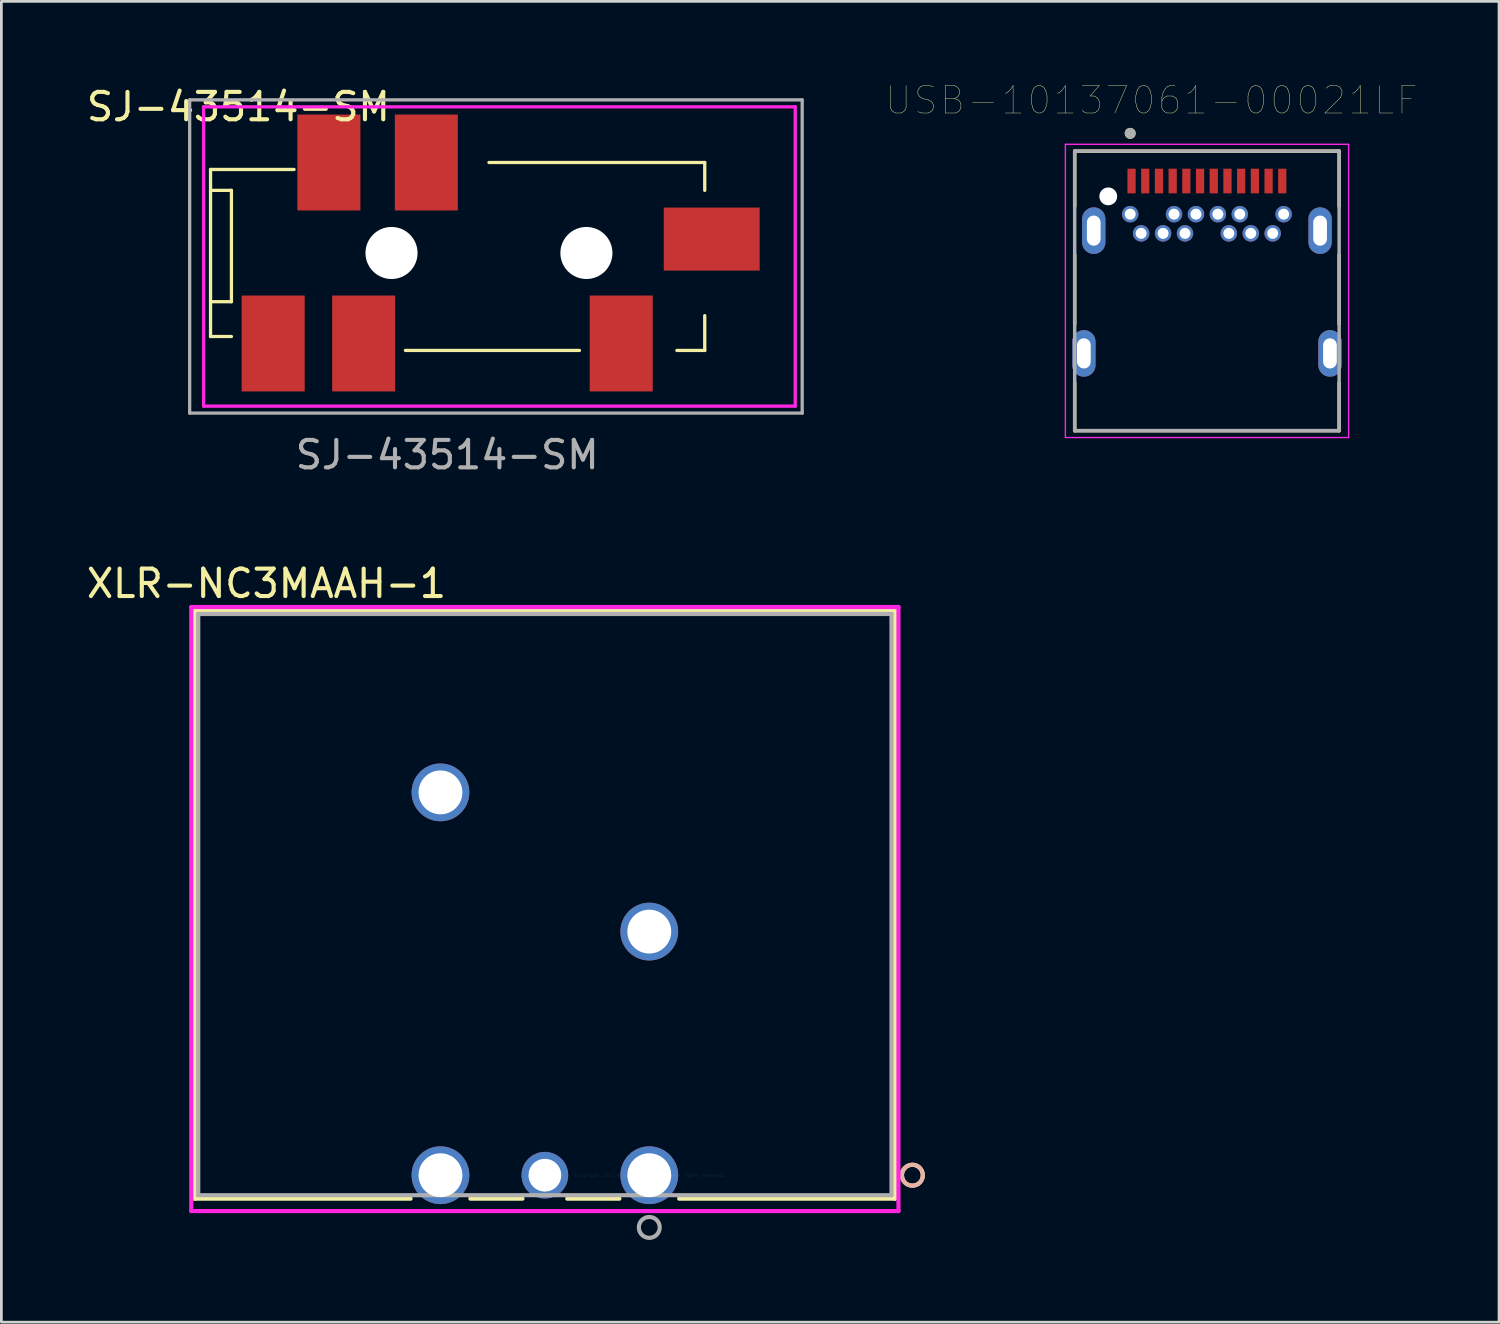
<source format=kicad_pcb>
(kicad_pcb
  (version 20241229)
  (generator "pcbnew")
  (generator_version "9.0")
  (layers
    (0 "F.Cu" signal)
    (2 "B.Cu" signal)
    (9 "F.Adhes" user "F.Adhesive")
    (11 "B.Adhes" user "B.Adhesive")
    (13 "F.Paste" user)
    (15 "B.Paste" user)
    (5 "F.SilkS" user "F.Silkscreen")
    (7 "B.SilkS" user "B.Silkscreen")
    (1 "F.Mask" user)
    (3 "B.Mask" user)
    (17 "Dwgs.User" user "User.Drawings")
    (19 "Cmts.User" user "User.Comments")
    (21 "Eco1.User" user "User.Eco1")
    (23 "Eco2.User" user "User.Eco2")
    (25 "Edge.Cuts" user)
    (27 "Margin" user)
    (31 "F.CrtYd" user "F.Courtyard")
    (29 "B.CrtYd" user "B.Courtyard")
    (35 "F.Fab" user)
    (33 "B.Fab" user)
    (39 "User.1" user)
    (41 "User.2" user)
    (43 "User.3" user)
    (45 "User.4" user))
  (footprint "XLR-NC3MAAH-1"
    (layer "F.Cu")
    (at 20.643 39.835)
    (property "Reference" "XLR-NC3MAAH-1" (at -13.97 -21.59 0) (layer "F.SilkS") (effects (font (size 1 1) (thickness 0.15))))
    (attr through_hole)
    (fp_line (start -16.586 -20.607) (end -16.586 0.856) (stroke (width 0.152) (type solid)) (layer "F.SilkS"))
    (fp_line (start -16.586 0.856) (end -8.711 0.856) (stroke (width 0.152) (type solid)) (layer "F.SilkS"))
    (fp_line (start -6.529 0.856) (end -4.627 0.856) (stroke (width 0.152) (type solid)) (layer "F.SilkS"))
    (fp_line (start -2.993 0.856) (end -1.091 0.856) (stroke (width 0.152) (type solid)) (layer "F.SilkS"))
    (fp_line (start 1.091 0.856) (end 8.966 0.856) (stroke (width 0.152) (type solid)) (layer "F.SilkS"))
    (fp_line (start 8.966 -20.607) (end -16.586 -20.607) (stroke (width 0.152) (type solid)) (layer "F.SilkS"))
    (fp_line (start 8.966 0.856) (end 8.966 -20.607) (stroke (width 0.152) (type solid)) (layer "F.SilkS"))
    (fp_circle (center 9.601 0) (end 9.982 0) (stroke (width 0.152) (type solid)) (fill no) (layer "F.SilkS"))
    (fp_circle (center 9.601 0) (end 9.982 0) (stroke (width 0.152) (type solid)) (fill no) (layer "B.SilkS"))
    (fp_line (start -16.713 -20.734) (end -16.713 1.308) (stroke (width 0.152) (type solid)) (layer "F.CrtYd"))
    (fp_line (start -16.713 1.308) (end 9.093 1.308) (stroke (width 0.152) (type solid)) (layer "F.CrtYd"))
    (fp_line (start 9.093 -20.734) (end -16.713 -20.734) (stroke (width 0.152) (type solid)) (layer "F.CrtYd"))
    (fp_line (start 9.093 1.308) (end 9.093 -20.734) (stroke (width 0.152) (type solid)) (layer "F.CrtYd"))
    (fp_line (start -16.459 -20.48) (end -16.459 0.729) (stroke (width 0.152) (type solid)) (layer "F.Fab"))
    (fp_line (start -16.459 0.729) (end 8.839 0.729) (stroke (width 0.152) (type solid)) (layer "F.Fab"))
    (fp_line (start 8.839 -20.48) (end -16.459 -20.48) (stroke (width 0.152) (type solid)) (layer "F.Fab"))
    (fp_line (start 8.839 0.729) (end 8.839 -20.48) (stroke (width 0.152) (type solid)) (layer "F.Fab"))
    (fp_circle (center 0 1.905) (end 0.381 1.905) (stroke (width 0.152) (type solid)) (fill no) (layer "F.Fab"))
    (fp_text user "*" (at 0 0 0) (layer "F.SilkS") (effects (font (size 1 1) (thickness 0.15))))
    (fp_text user "Copyright 2016 Accelerated Designs. All rights reserved." (at 0 0 0) (layer "Cmts.User") (effects (font (size 0.127 0.127) (thickness 0.002))))
    (fp_text user "*" (at 0 0 0) (layer "F.Fab") (effects (font (size 1 1) (thickness 0.15))))
    (pad "1" thru_hole circle (at 0 0) (size 2.108 2.108) (drill 1.6) (layers "*.Cu" "*.Mask"))
    (pad "2" thru_hole circle (at -7.62 0) (size 2.108 2.108) (drill 1.6) (layers "*.Cu" "*.Mask"))
    (pad "3" thru_hole circle (at -3.81 0) (size 1.702 1.702) (drill 1.194) (layers "*.Cu" "*.Mask"))
    (pad "4" thru_hole circle (at -7.62 -13.97) (size 2.108 2.108) (drill 1.6) (layers "*.Cu" "*.Mask"))
    (pad "5" thru_hole circle (at 0 -8.89) (size 2.108 2.108) (drill 1.6) (layers "*.Cu" "*.Mask")))
  (footprint "USB-10137061-00021LF"
    (layer "F.Cu")
    (at 37.392 4.116)
    (property "Reference" "USB-10137061-00021LF" (at 1.575 -3.505 0) (layer "F.SilkS") (effects (font (size 1 1) (thickness 0.015))))
    (attr through_hole)
    (fp_line (start -1.225 -1.65) (end 8.425 -1.65) (stroke (width 0.127) (type solid)) (layer "F.SilkS"))
    (fp_line (start -1.225 0.37) (end -1.225 -1.65) (stroke (width 0.127) (type solid)) (layer "F.SilkS"))
    (fp_line (start -1.225 4.66) (end -1.225 2.13) (stroke (width 0.127) (type solid)) (layer "F.SilkS"))
    (fp_line (start -1.225 8.55) (end -1.225 6.8) (stroke (width 0.127) (type solid)) (layer "F.SilkS"))
    (fp_line (start 8.425 -1.65) (end 8.425 0.37) (stroke (width 0.127) (type solid)) (layer "F.SilkS"))
    (fp_line (start 8.425 2.13) (end 8.425 4.66) (stroke (width 0.127) (type solid)) (layer "F.SilkS"))
    (fp_line (start 8.425 6.8) (end 8.425 8.55) (stroke (width 0.127) (type solid)) (layer "F.SilkS"))
    (fp_line (start 8.425 8.55) (end -1.225 8.55) (stroke (width 0.127) (type solid)) (layer "F.SilkS"))
    (fp_circle (center 0.8 -2.3) (end 0.9 -2.3) (stroke (width 0.2) (type solid)) (fill no) (layer "F.SilkS"))
    (fp_line (start 7.35 -0.325) (end 7.05 -0.325) (stroke (width 0.0001) (type solid)) (layer "Edge.Cuts"))
    (fp_line (start 7.35 0.325) (end 7.05 0.325) (stroke (width 0.0001) (type solid)) (layer "Edge.Cuts"))
    (fp_arc (start 7.05 0.325) (mid 6.725 0) (end 7.05 -0.325) (stroke (width 0.0001) (type solid)) (layer "Edge.Cuts"))
    (fp_arc (start 7.35 -0.325) (mid 7.675 0) (end 7.35 0.325) (stroke (width 0.0001) (type solid)) (layer "Edge.Cuts"))
    (fp_line (start -1.565 -1.9) (end 8.77 -1.9) (stroke (width 0.05) (type solid)) (layer "F.CrtYd"))
    (fp_line (start -1.565 8.8) (end -1.565 -1.9) (stroke (width 0.05) (type solid)) (layer "F.CrtYd"))
    (fp_line (start 8.77 -1.9) (end 8.77 8.8) (stroke (width 0.05) (type solid)) (layer "F.CrtYd"))
    (fp_line (start 8.77 8.8) (end -1.565 8.8) (stroke (width 0.05) (type solid)) (layer "F.CrtYd"))
    (fp_line (start -1.225 -1.65) (end 8.425 -1.65) (stroke (width 0.127) (type solid)) (layer "F.Fab"))
    (fp_line (start -1.225 8.55) (end -1.225 -1.65) (stroke (width 0.127) (type solid)) (layer "F.Fab"))
    (fp_line (start 8.425 -1.65) (end 8.425 8.55) (stroke (width 0.127) (type solid)) (layer "F.Fab"))
    (fp_line (start 8.425 8.55) (end -1.225 8.55) (stroke (width 0.127) (type solid)) (layer "F.Fab"))
    (fp_circle (center 0.8 -2.3) (end 0.9 -2.3) (stroke (width 0.2) (type solid)) (fill no) (layer "F.Fab"))
    (pad "" np_thru_hole circle (at 0 0) (size 0.65 0.65) (drill 0.65) (layers "*.Cu" "*.Mask"))
    (pad "A1" smd rect (at 0.85 -0.56) (size 0.3 0.9) (layers "F.Cu" "F.Mask" "F.Paste"))
    (pad "A2" smd rect (at 1.35 -0.56) (size 0.3 0.9) (layers "F.Cu" "F.Mask" "F.Paste"))
    (pad "A3" smd rect (at 1.85 -0.56) (size 0.3 0.9) (layers "F.Cu" "F.Mask" "F.Paste"))
    (pad "A4" smd rect (at 2.35 -0.56) (size 0.3 0.9) (layers "F.Cu" "F.Mask" "F.Paste"))
    (pad "A5" smd rect (at 2.85 -0.56) (size 0.3 0.9) (layers "F.Cu" "F.Mask" "F.Paste"))
    (pad "A6" smd rect (at 3.35 -0.56) (size 0.3 0.9) (layers "F.Cu" "F.Mask" "F.Paste"))
    (pad "A7" smd rect (at 3.85 -0.56) (size 0.3 0.9) (layers "F.Cu" "F.Mask" "F.Paste"))
    (pad "A8" smd rect (at 4.35 -0.56) (size 0.3 0.9) (layers "F.Cu" "F.Mask" "F.Paste"))
    (pad "A9" smd rect (at 4.85 -0.56) (size 0.3 0.9) (layers "F.Cu" "F.Mask" "F.Paste"))
    (pad "A10" smd rect (at 5.35 -0.56) (size 0.3 0.9) (layers "F.Cu" "F.Mask" "F.Paste"))
    (pad "A11" smd rect (at 5.85 -0.56) (size 0.3 0.9) (layers "F.Cu" "F.Mask" "F.Paste"))
    (pad "A12" smd rect (at 6.35 -0.56) (size 0.3 0.9) (layers "F.Cu" "F.Mask" "F.Paste"))
    (pad "B1" thru_hole circle (at 6.4 0.65) (size 0.6 0.6) (drill 0.4) (layers "*.Cu" "*.Mask"))
    (pad "B2" thru_hole circle (at 6 1.35) (size 0.6 0.6) (drill 0.4) (layers "*.Cu" "*.Mask"))
    (pad "B3" thru_hole circle (at 5.2 1.35) (size 0.6 0.6) (drill 0.4) (layers "*.Cu" "*.Mask"))
    (pad "B4" thru_hole circle (at 4.8 0.65) (size 0.6 0.6) (drill 0.4) (layers "*.Cu" "*.Mask"))
    (pad "B5" thru_hole circle (at 4.4 1.35) (size 0.6 0.6) (drill 0.4) (layers "*.Cu" "*.Mask"))
    (pad "B6" thru_hole circle (at 4 0.65) (size 0.6 0.6) (drill 0.4) (layers "*.Cu" "*.Mask"))
    (pad "B7" thru_hole circle (at 3.2 0.65) (size 0.6 0.6) (drill 0.4) (layers "*.Cu" "*.Mask"))
    (pad "B8" thru_hole circle (at 2.8 1.35) (size 0.6 0.6) (drill 0.4) (layers "*.Cu" "*.Mask"))
    (pad "B9" thru_hole circle (at 2.4 0.65) (size 0.6 0.6) (drill 0.4) (layers "*.Cu" "*.Mask"))
    (pad "B10" thru_hole circle (at 2 1.35) (size 0.6 0.6) (drill 0.4) (layers "*.Cu" "*.Mask"))
    (pad "B11" thru_hole circle (at 1.2 1.35) (size 0.6 0.6) (drill 0.4) (layers "*.Cu" "*.Mask"))
    (pad "B12" thru_hole circle (at 0.8 0.65) (size 0.6 0.6) (drill 0.4) (layers "*.Cu" "*.Mask"))
    (pad "S1" thru_hole oval (at -0.53 1.25) (size 0.85 1.7) (drill oval 0.5 1.1) (layers "*.Cu" "*.Mask"))
    (pad "S2" thru_hole oval (at 7.73 1.25) (size 0.85 1.7) (drill oval 0.5 1.1) (layers "*.Cu" "*.Mask"))
    (pad "S3" thru_hole oval (at -0.89 5.73) (size 0.85 1.7) (drill oval 0.5 1.1) (layers "*.Cu" "*.Mask"))
    (pad "S4" thru_hole oval (at 8.09 5.73) (size 0.85 1.7) (drill oval 0.5 1.1) (layers "*.Cu" "*.Mask")))
  (footprint "SJ-43514-SM"
    (layer "F.Cu")
    (at 16.317 6.182)
    (property "Reference" "SJ-43514-SM" (at -10.668 -5.334 0) (layer "F.SilkS") (effects (font (size 1 1) (thickness 0.15))))
    (attr through_hole)
    (fp_line (start -11.684 -3.048) (end -8.636 -3.048) (stroke (width 0.12) (type solid)) (layer "F.SilkS"))
    (fp_line (start -11.684 -2.286) (end -10.922 -2.286) (stroke (width 0.12) (type solid)) (layer "F.SilkS"))
    (fp_line (start -11.684 3.048) (end -11.684 -3.048) (stroke (width 0.12) (type solid)) (layer "F.SilkS"))
    (fp_line (start -10.922 -2.286) (end -10.922 1.778) (stroke (width 0.12) (type solid)) (layer "F.SilkS"))
    (fp_line (start -10.922 1.778) (end -11.684 1.778) (stroke (width 0.12) (type solid)) (layer "F.SilkS"))
    (fp_line (start -10.922 3.048) (end -11.684 3.048) (stroke (width 0.12) (type solid)) (layer "F.SilkS"))
    (fp_line (start 1.778 3.556) (end -4.572 3.556) (stroke (width 0.12) (type solid)) (layer "F.SilkS"))
    (fp_line (start 6.35 -3.302) (end -1.524 -3.302) (stroke (width 0.12) (type solid)) (layer "F.SilkS"))
    (fp_line (start 6.35 -2.286) (end 6.35 -3.302) (stroke (width 0.12) (type solid)) (layer "F.SilkS"))
    (fp_line (start 6.35 2.286) (end 6.35 3.556) (stroke (width 0.12) (type solid)) (layer "F.SilkS"))
    (fp_line (start 6.35 3.556) (end 5.334 3.556) (stroke (width 0.12) (type solid)) (layer "F.SilkS"))
    (fp_line (start -11.938 -5.334) (end -11.684 -5.334) (stroke (width 0.12) (type solid)) (layer "F.CrtYd"))
    (fp_line (start -11.938 5.588) (end -11.938 -5.334) (stroke (width 0.12) (type solid)) (layer "F.CrtYd"))
    (fp_line (start -11.684 -5.334) (end 9.652 -5.334) (stroke (width 0.12) (type solid)) (layer "F.CrtYd"))
    (fp_line (start 9.652 -5.334) (end 9.652 5.588) (stroke (width 0.12) (type solid)) (layer "F.CrtYd"))
    (fp_line (start 9.652 5.588) (end -11.938 5.588) (stroke (width 0.12) (type solid)) (layer "F.CrtYd"))
    (fp_line (start -12.446 -5.588) (end -11.684 -5.588) (stroke (width 0.12) (type solid)) (layer "F.Fab"))
    (fp_line (start -12.446 5.842) (end -12.446 -5.588) (stroke (width 0.12) (type solid)) (layer "F.Fab"))
    (fp_line (start -11.684 -5.588) (end 9.906 -5.588) (stroke (width 0.12) (type solid)) (layer "F.Fab"))
    (fp_line (start 9.906 -5.588) (end 9.906 5.842) (stroke (width 0.12) (type solid)) (layer "F.Fab"))
    (fp_line (start 9.906 5.842) (end -12.446 5.842) (stroke (width 0.12) (type solid)) (layer "F.Fab"))
    (fp_text user "${REFERENCE}" (at -3.048 7.366 0) (layer "F.Fab") (effects (font (size 1 1) (thickness 0.15))))
    (pad "" np_thru_hole circle (at -5.08 0 90) (size 1.9 1.9) (drill 1.9) (layers "*.Cu" "*.Mask"))
    (pad "" np_thru_hole circle (at 2.032 0 90) (size 1.9 1.9) (drill 1.9) (layers "*.Cu" "*.Mask"))
    (pad "1" smd rect (at -9.398 3.302) (size 2.3 3.5) (layers "F.Cu" "F.Mask" "F.Paste"))
    (pad "2" smd rect (at 3.302 3.302) (size 2.3 3.5) (layers "F.Cu" "F.Mask" "F.Paste"))
    (pad "3" smd rect (at -3.81 -3.302) (size 2.3 3.5) (layers "F.Cu" "F.Mask" "F.Paste"))
    (pad "4" smd rect (at -6.096 3.302) (size 2.3 3.5) (layers "F.Cu" "F.Mask" "F.Paste"))
    (pad "5" smd rect (at 6.604 -0.508 90) (size 2.3 3.5) (layers "F.Cu" "F.Mask" "F.Paste"))
    (pad "6" smd rect (at -7.366 -3.302) (size 2.3 3.5) (layers "F.Cu" "F.Mask" "F.Paste")))
  (gr_rect
    (start -3 -3)
    (end 51.652 45.197)
    (stroke (width 0.1) (type default))
    (fill no)
    (layer "Edge.Cuts")))
</source>
